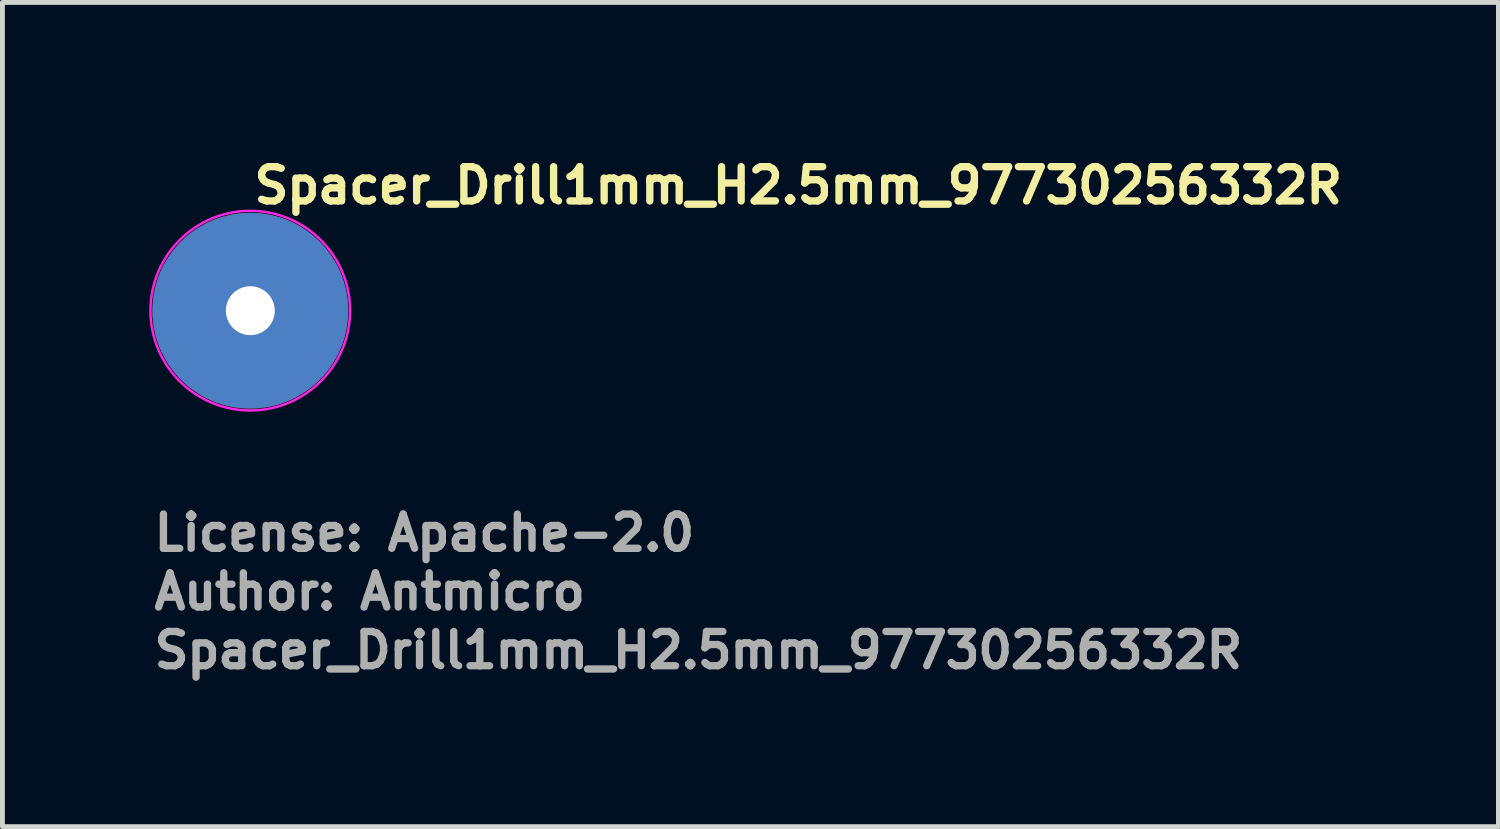
<source format=kicad_pcb>
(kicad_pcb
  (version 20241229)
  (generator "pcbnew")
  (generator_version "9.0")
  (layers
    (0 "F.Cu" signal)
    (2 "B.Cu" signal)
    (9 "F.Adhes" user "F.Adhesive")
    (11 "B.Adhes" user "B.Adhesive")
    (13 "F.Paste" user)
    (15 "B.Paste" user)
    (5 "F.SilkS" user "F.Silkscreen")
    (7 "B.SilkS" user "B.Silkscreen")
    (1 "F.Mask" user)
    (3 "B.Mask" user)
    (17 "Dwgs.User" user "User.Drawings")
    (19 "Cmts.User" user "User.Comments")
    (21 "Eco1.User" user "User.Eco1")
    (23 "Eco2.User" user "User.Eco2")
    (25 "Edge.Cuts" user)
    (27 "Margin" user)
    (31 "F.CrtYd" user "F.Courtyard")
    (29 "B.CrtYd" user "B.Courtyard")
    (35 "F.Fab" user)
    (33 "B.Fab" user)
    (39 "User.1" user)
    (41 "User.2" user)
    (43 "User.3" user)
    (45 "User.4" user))
  (footprint "Spacer_Drill1mm_H2.5mm_97730256332R"
    (layer "F.Cu")
    (at 2.065 3.299)
    (property "Reference" "Spacer_Drill1mm_H2.5mm_97730256332R" (at 0.001 -2.149 0) (layer "F.SilkS") (effects (font (size 0.7 0.7) (thickness 0.15)) (justify left bottom)))
    (attr smd)
    (fp_circle (center 0 0) (end 0 -2.04) (stroke (width 0.05) (type solid)) (fill no) (layer "F.CrtYd"))
    (fp_rect (start -1.65 -1.65) (end 1.648 1.648) (stroke (width 0.1) (type solid)) (fill no) (layer "User.5"))
    (fp_line (start -1.65 0.001) (end -1.65 0.001) (stroke (width 0.02) (type solid)) (layer "User.9"))
    (fp_line (start -1.65 0.001) (end -1.648 0.085) (stroke (width 0.02) (type solid)) (layer "User.9"))
    (fp_line (start -1.648 -0.084) (end -1.65 0.001) (stroke (width 0.02) (type solid)) (layer "User.9"))
    (fp_line (start -1.648 0.085) (end -1.642 0.169) (stroke (width 0.02) (type solid)) (layer "User.9"))
    (fp_line (start -1.642 -0.169) (end -1.648 -0.084) (stroke (width 0.02) (type solid)) (layer "User.9"))
    (fp_line (start -1.642 0.169) (end -1.63 0.251) (stroke (width 0.02) (type solid)) (layer "User.9"))
    (fp_line (start -1.63 -0.251) (end -1.642 -0.169) (stroke (width 0.02) (type solid)) (layer "User.9"))
    (fp_line (start -1.63 0.251) (end -1.616 0.333) (stroke (width 0.02) (type solid)) (layer "User.9"))
    (fp_line (start -1.616 -0.333) (end -1.63 -0.251) (stroke (width 0.02) (type solid)) (layer "User.9"))
    (fp_line (start -1.616 0.333) (end -1.598 0.412) (stroke (width 0.02) (type solid)) (layer "User.9"))
    (fp_line (start -1.598 -0.412) (end -1.616 -0.333) (stroke (width 0.02) (type solid)) (layer "User.9"))
    (fp_line (start -1.598 0.412) (end -1.576 0.49) (stroke (width 0.02) (type solid)) (layer "User.9"))
    (fp_line (start -1.576 -0.49) (end -1.598 -0.412) (stroke (width 0.02) (type solid)) (layer "User.9"))
    (fp_line (start -1.576 0.49) (end -1.55 0.567) (stroke (width 0.02) (type solid)) (layer "User.9"))
    (fp_line (start -1.55 -0.567) (end -1.576 -0.49) (stroke (width 0.02) (type solid)) (layer "User.9"))
    (fp_line (start -1.55 0.567) (end -1.521 0.643) (stroke (width 0.02) (type solid)) (layer "User.9"))
    (fp_line (start -1.521 -0.643) (end -1.55 -0.567) (stroke (width 0.02) (type solid)) (layer "User.9"))
    (fp_line (start -1.521 0.643) (end -1.487 0.715) (stroke (width 0.02) (type solid)) (layer "User.9"))
    (fp_line (start -1.487 -0.715) (end -1.521 -0.643) (stroke (width 0.02) (type solid)) (layer "User.9"))
    (fp_line (start -1.487 0.715) (end -1.451 0.787) (stroke (width 0.02) (type solid)) (layer "User.9"))
    (fp_line (start -1.451 -0.787) (end -1.487 -0.715) (stroke (width 0.02) (type solid)) (layer "User.9"))
    (fp_line (start -1.451 0.787) (end -1.411 0.855) (stroke (width 0.02) (type solid)) (layer "User.9"))
    (fp_line (start -1.411 -0.855) (end -1.451 -0.787) (stroke (width 0.02) (type solid)) (layer "User.9"))
    (fp_line (start -1.411 0.855) (end -1.368 0.923) (stroke (width 0.02) (type solid)) (layer "User.9"))
    (fp_line (start -1.368 -0.923) (end -1.411 -0.855) (stroke (width 0.02) (type solid)) (layer "User.9"))
    (fp_line (start -1.368 0.923) (end -1.322 0.987) (stroke (width 0.02) (type solid)) (layer "User.9"))
    (fp_line (start -1.322 -0.987) (end -1.368 -0.923) (stroke (width 0.02) (type solid)) (layer "User.9"))
    (fp_line (start -1.322 0.987) (end -1.273 1.049) (stroke (width 0.02) (type solid)) (layer "User.9"))
    (fp_line (start -1.273 -1.05) (end -1.322 -0.987) (stroke (width 0.02) (type solid)) (layer "User.9"))
    (fp_line (start -1.273 1.049) (end -1.221 1.109) (stroke (width 0.02) (type solid)) (layer "User.9"))
    (fp_line (start -1.221 -1.11) (end -1.273 -1.05) (stroke (width 0.02) (type solid)) (layer "User.9"))
    (fp_line (start -1.221 1.109) (end -1.167 1.166) (stroke (width 0.02) (type solid)) (layer "User.9"))
    (fp_line (start -1.167 -1.167) (end -1.221 -1.11) (stroke (width 0.02) (type solid)) (layer "User.9"))
    (fp_line (start -1.167 1.166) (end -1.11 1.222) (stroke (width 0.02) (type solid)) (layer "User.9"))
    (fp_line (start -1.11 -1.221) (end -1.167 -1.167) (stroke (width 0.02) (type solid)) (layer "User.9"))
    (fp_line (start -1.11 1.222) (end -1.05 1.273) (stroke (width 0.02) (type solid)) (layer "User.9"))
    (fp_line (start -1.05 -1.273) (end -1.11 -1.221) (stroke (width 0.02) (type solid)) (layer "User.9"))
    (fp_line (start -1.05 1.273) (end -0.987 1.323) (stroke (width 0.02) (type solid)) (layer "User.9"))
    (fp_line (start -0.987 -1.322) (end -1.05 -1.273) (stroke (width 0.02) (type solid)) (layer "User.9"))
    (fp_line (start -0.987 1.323) (end -0.923 1.369) (stroke (width 0.02) (type solid)) (layer "User.9"))
    (fp_line (start -0.923 -1.368) (end -0.987 -1.322) (stroke (width 0.02) (type solid)) (layer "User.9"))
    (fp_line (start -0.923 1.369) (end -0.855 1.412) (stroke (width 0.02) (type solid)) (layer "User.9"))
    (fp_line (start -0.855 -1.411) (end -0.923 -1.368) (stroke (width 0.02) (type solid)) (layer "User.9"))
    (fp_line (start -0.855 1.412) (end -0.787 1.45) (stroke (width 0.02) (type solid)) (layer "User.9"))
    (fp_line (start -0.811 0.001) (end -0.811 0.001) (stroke (width 0.02) (type solid)) (layer "User.9"))
    (fp_line (start -0.811 0.001) (end -0.81 0.042) (stroke (width 0.02) (type solid)) (layer "User.9"))
    (fp_line (start -0.81 -0.041) (end -0.811 0.001) (stroke (width 0.02) (type solid)) (layer "User.9"))
    (fp_line (start -0.81 0.042) (end -0.807 0.083) (stroke (width 0.02) (type solid)) (layer "User.9"))
    (fp_line (start -0.807 -0.083) (end -0.81 -0.041) (stroke (width 0.02) (type solid)) (layer "User.9"))
    (fp_line (start -0.807 0.083) (end -0.802 0.123) (stroke (width 0.02) (type solid)) (layer "User.9"))
    (fp_line (start -0.802 -0.123) (end -0.807 -0.083) (stroke (width 0.02) (type solid)) (layer "User.9"))
    (fp_line (start -0.802 0.123) (end -0.795 0.164) (stroke (width 0.02) (type solid)) (layer "User.9"))
    (fp_line (start -0.795 -0.164) (end -0.802 -0.123) (stroke (width 0.02) (type solid)) (layer "User.9"))
    (fp_line (start -0.795 0.164) (end -0.785 0.203) (stroke (width 0.02) (type solid)) (layer "User.9"))
    (fp_line (start -0.787 -1.451) (end -0.855 -1.411) (stroke (width 0.02) (type solid)) (layer "User.9"))
    (fp_line (start -0.787 1.45) (end -0.715 1.488) (stroke (width 0.02) (type solid)) (layer "User.9"))
    (fp_line (start -0.785 -0.202) (end -0.795 -0.164) (stroke (width 0.02) (type solid)) (layer "User.9"))
    (fp_line (start -0.785 0.203) (end -0.775 0.241) (stroke (width 0.02) (type solid)) (layer "User.9"))
    (fp_line (start -0.775 -0.241) (end -0.785 -0.202) (stroke (width 0.02) (type solid)) (layer "User.9"))
    (fp_line (start -0.775 0.241) (end -0.761 0.279) (stroke (width 0.02) (type solid)) (layer "User.9"))
    (fp_line (start -0.761 -0.279) (end -0.775 -0.241) (stroke (width 0.02) (type solid)) (layer "User.9"))
    (fp_line (start -0.761 0.279) (end -0.746 0.315) (stroke (width 0.02) (type solid)) (layer "User.9"))
    (fp_line (start -0.746 -0.315) (end -0.761 -0.279) (stroke (width 0.02) (type solid)) (layer "User.9"))
    (fp_line (start -0.746 0.315) (end -0.73 0.352) (stroke (width 0.02) (type solid)) (layer "User.9"))
    (fp_line (start -0.73 -0.35) (end -0.746 -0.315) (stroke (width 0.02) (type solid)) (layer "User.9"))
    (fp_line (start -0.73 0.352) (end -0.712 0.387) (stroke (width 0.02) (type solid)) (layer "User.9"))
    (fp_line (start -0.715 -1.487) (end -0.787 -1.451) (stroke (width 0.02) (type solid)) (layer "User.9"))
    (fp_line (start -0.715 1.488) (end -0.643 1.519) (stroke (width 0.02) (type solid)) (layer "User.9"))
    (fp_line (start -0.712 -0.387) (end -0.73 -0.35) (stroke (width 0.02) (type solid)) (layer "User.9"))
    (fp_line (start -0.712 0.387) (end -0.693 0.42) (stroke (width 0.02) (type solid)) (layer "User.9"))
    (fp_line (start -0.693 -0.42) (end -0.712 -0.387) (stroke (width 0.02) (type solid)) (layer "User.9"))
    (fp_line (start -0.693 0.42) (end -0.673 0.454) (stroke (width 0.02) (type solid)) (layer "User.9"))
    (fp_line (start -0.673 -0.454) (end -0.693 -0.42) (stroke (width 0.02) (type solid)) (layer "User.9"))
    (fp_line (start -0.673 0.454) (end -0.65 0.484) (stroke (width 0.02) (type solid)) (layer "User.9"))
    (fp_line (start -0.65 -0.484) (end -0.673 -0.454) (stroke (width 0.02) (type solid)) (layer "User.9"))
    (fp_line (start -0.65 0.484) (end -0.625 0.516) (stroke (width 0.02) (type solid)) (layer "User.9"))
    (fp_line (start -0.643 -1.521) (end -0.715 -1.487) (stroke (width 0.02) (type solid)) (layer "User.9"))
    (fp_line (start -0.643 1.519) (end -0.567 1.549) (stroke (width 0.02) (type solid)) (layer "User.9"))
    (fp_line (start -0.625 -0.516) (end -0.65 -0.484) (stroke (width 0.02) (type solid)) (layer "User.9"))
    (fp_line (start -0.625 0.516) (end -0.599 0.545) (stroke (width 0.02) (type solid)) (layer "User.9"))
    (fp_line (start -0.61 0.013) (end -0.607 0.058) (stroke (width 0.02) (type solid)) (layer "User.9"))
    (fp_line (start -0.609 -0.031) (end -0.61 0.013) (stroke (width 0.02) (type solid)) (layer "User.9"))
    (fp_line (start -0.607 0.058) (end -0.601 0.102) (stroke (width 0.02) (type solid)) (layer "User.9"))
    (fp_line (start -0.605 -0.075) (end -0.609 -0.031) (stroke (width 0.02) (type solid)) (layer "User.9"))
    (fp_line (start -0.601 0.102) (end -0.592 0.146) (stroke (width 0.02) (type solid)) (layer "User.9"))
    (fp_line (start -0.599 -0.545) (end -0.625 -0.516) (stroke (width 0.02) (type solid)) (layer "User.9"))
    (fp_line (start -0.599 0.545) (end -0.573 0.573) (stroke (width 0.02) (type solid)) (layer "User.9"))
    (fp_line (start -0.598 -0.118) (end -0.605 -0.075) (stroke (width 0.02) (type solid)) (layer "User.9"))
    (fp_line (start -0.592 0.146) (end -0.58 0.19) (stroke (width 0.02) (type solid)) (layer "User.9"))
    (fp_line (start -0.588 -0.163) (end -0.598 -0.118) (stroke (width 0.02) (type solid)) (layer "User.9"))
    (fp_line (start -0.58 0.19) (end -0.564 0.234) (stroke (width 0.02) (type solid)) (layer "User.9"))
    (fp_line (start -0.576 -0.204) (end -0.588 -0.163) (stroke (width 0.02) (type solid)) (layer "User.9"))
    (fp_line (start -0.573 -0.573) (end -0.599 -0.545) (stroke (width 0.02) (type solid)) (layer "User.9"))
    (fp_line (start -0.573 0.573) (end -0.545 0.599) (stroke (width 0.02) (type solid)) (layer "User.9"))
    (fp_line (start -0.567 -1.55) (end -0.643 -1.521) (stroke (width 0.02) (type solid)) (layer "User.9"))
    (fp_line (start -0.567 1.549) (end -0.49 1.575) (stroke (width 0.02) (type solid)) (layer "User.9"))
    (fp_line (start -0.564 0.234) (end -0.564 0.234) (stroke (width 0.02) (type solid)) (layer "User.9"))
    (fp_line (start -0.564 0.234) (end -0.555 0.254) (stroke (width 0.02) (type solid)) (layer "User.9"))
    (fp_line (start -0.559 -0.245) (end -0.576 -0.204) (stroke (width 0.02) (type solid)) (layer "User.9"))
    (fp_line (start -0.555 0.254) (end -0.545 0.276) (stroke (width 0.02) (type solid)) (layer "User.9"))
    (fp_line (start -0.545 -0.599) (end -0.573 -0.573) (stroke (width 0.02) (type solid)) (layer "User.9"))
    (fp_line (start -0.545 0.276) (end -0.535 0.295) (stroke (width 0.02) (type solid)) (layer "User.9"))
    (fp_line (start -0.545 0.599) (end -0.516 0.625) (stroke (width 0.02) (type solid)) (layer "User.9"))
    (fp_line (start -0.54 -0.286) (end -0.559 -0.245) (stroke (width 0.02) (type solid)) (layer "User.9"))
    (fp_line (start -0.535 0.295) (end -0.523 0.315) (stroke (width 0.02) (type solid)) (layer "User.9"))
    (fp_line (start -0.523 0.315) (end -0.51 0.335) (stroke (width 0.02) (type solid)) (layer "User.9"))
    (fp_line (start -0.517 -0.326) (end -0.54 -0.286) (stroke (width 0.02) (type solid)) (layer "User.9"))
    (fp_line (start -0.516 -0.625) (end -0.545 -0.599) (stroke (width 0.02) (type solid)) (layer "User.9"))
    (fp_line (start -0.516 0.625) (end -0.484 0.65) (stroke (width 0.02) (type solid)) (layer "User.9"))
    (fp_line (start -0.51 0.335) (end -0.498 0.353) (stroke (width 0.02) (type solid)) (layer "User.9"))
    (fp_line (start -0.498 0.353) (end -0.484 0.371) (stroke (width 0.02) (type solid)) (layer "User.9"))
    (fp_line (start -0.491 -0.362) (end -0.517 -0.326) (stroke (width 0.02) (type solid)) (layer "User.9"))
    (fp_line (start -0.49 -1.576) (end -0.567 -1.55) (stroke (width 0.02) (type solid)) (layer "User.9"))
    (fp_line (start -0.49 1.575) (end -0.412 1.599) (stroke (width 0.02) (type solid)) (layer "User.9"))
    (fp_line (start -0.484 -0.65) (end -0.516 -0.625) (stroke (width 0.02) (type solid)) (layer "User.9"))
    (fp_line (start -0.484 0.371) (end -0.47 0.389) (stroke (width 0.02) (type solid)) (layer "User.9"))
    (fp_line (start -0.484 0.65) (end -0.454 0.673) (stroke (width 0.02) (type solid)) (layer "User.9"))
    (fp_line (start -0.47 0.389) (end -0.457 0.406) (stroke (width 0.02) (type solid)) (layer "User.9"))
    (fp_line (start -0.463 -0.398) (end -0.491 -0.362) (stroke (width 0.02) (type solid)) (layer "User.9"))
    (fp_line (start -0.457 0.406) (end -0.441 0.422) (stroke (width 0.02) (type solid)) (layer "User.9"))
    (fp_line (start -0.454 -0.673) (end -0.484 -0.65) (stroke (width 0.02) (type solid)) (layer "User.9"))
    (fp_line (start -0.454 0.673) (end -0.42 0.693) (stroke (width 0.02) (type solid)) (layer "User.9"))
    (fp_line (start -0.441 0.422) (end -0.425 0.437) (stroke (width 0.02) (type solid)) (layer "User.9"))
    (fp_line (start -0.431 -0.431) (end -0.463 -0.398) (stroke (width 0.02) (type solid)) (layer "User.9"))
    (fp_line (start -0.431 -0.431) (end -0.431 -0.431) (stroke (width 0.02) (type solid)) (layer "User.9"))
    (fp_line (start -0.425 0.437) (end -0.409 0.454) (stroke (width 0.02) (type solid)) (layer "User.9"))
    (fp_line (start -0.42 -0.693) (end -0.454 -0.673) (stroke (width 0.02) (type solid)) (layer "User.9"))
    (fp_line (start -0.42 0.693) (end -0.387 0.712) (stroke (width 0.02) (type solid)) (layer "User.9"))
    (fp_line (start -0.412 -1.598) (end -0.49 -1.576) (stroke (width 0.02) (type solid)) (layer "User.9"))
    (fp_line (start -0.412 1.599) (end -0.333 1.617) (stroke (width 0.02) (type solid)) (layer "User.9"))
    (fp_line (start -0.409 0.454) (end -0.393 0.468) (stroke (width 0.02) (type solid)) (layer "User.9"))
    (fp_line (start -0.398 -0.463) (end -0.431 -0.431) (stroke (width 0.02) (type solid)) (layer "User.9"))
    (fp_line (start -0.393 0.468) (end -0.375 0.481) (stroke (width 0.02) (type solid)) (layer "User.9"))
    (fp_line (start -0.387 -0.712) (end -0.42 -0.693) (stroke (width 0.02) (type solid)) (layer "User.9"))
    (fp_line (start -0.387 0.712) (end -0.35 0.73) (stroke (width 0.02) (type solid)) (layer "User.9"))
    (fp_line (start -0.375 0.481) (end -0.357 0.494) (stroke (width 0.02) (type solid)) (layer "User.9"))
    (fp_line (start -0.362 -0.491) (end -0.398 -0.463) (stroke (width 0.02) (type solid)) (layer "User.9"))
    (fp_line (start -0.357 0.494) (end -0.34 0.507) (stroke (width 0.02) (type solid)) (layer "User.9"))
    (fp_line (start -0.35 -0.73) (end -0.387 -0.712) (stroke (width 0.02) (type solid)) (layer "User.9"))
    (fp_line (start -0.35 0.73) (end -0.315 0.746) (stroke (width 0.02) (type solid)) (layer "User.9"))
    (fp_line (start -0.34 0.507) (end -0.321 0.52) (stroke (width 0.02) (type solid)) (layer "User.9"))
    (fp_line (start -0.333 -1.616) (end -0.412 -1.598) (stroke (width 0.02) (type solid)) (layer "User.9"))
    (fp_line (start -0.333 1.617) (end -0.251 1.63) (stroke (width 0.02) (type solid)) (layer "User.9"))
    (fp_line (start -0.326 -0.517) (end -0.362 -0.491) (stroke (width 0.02) (type solid)) (layer "User.9"))
    (fp_line (start -0.321 0.52) (end -0.301 0.531) (stroke (width 0.02) (type solid)) (layer "User.9"))
    (fp_line (start -0.315 -0.746) (end -0.35 -0.73) (stroke (width 0.02) (type solid)) (layer "User.9"))
    (fp_line (start -0.315 0.746) (end -0.279 0.761) (stroke (width 0.02) (type solid)) (layer "User.9"))
    (fp_line (start -0.301 0.531) (end -0.281 0.542) (stroke (width 0.02) (type solid)) (layer "User.9"))
    (fp_line (start -0.286 -0.54) (end -0.326 -0.517) (stroke (width 0.02) (type solid)) (layer "User.9"))
    (fp_line (start -0.281 0.542) (end -0.263 0.552) (stroke (width 0.02) (type solid)) (layer "User.9"))
    (fp_line (start -0.279 -0.761) (end -0.315 -0.746) (stroke (width 0.02) (type solid)) (layer "User.9"))
    (fp_line (start -0.279 0.761) (end -0.241 0.775) (stroke (width 0.02) (type solid)) (layer "User.9"))
    (fp_line (start -0.263 0.552) (end -0.241 0.561) (stroke (width 0.02) (type solid)) (layer "User.9"))
    (fp_line (start -0.251 -1.63) (end -0.333 -1.616) (stroke (width 0.02) (type solid)) (layer "User.9"))
    (fp_line (start -0.251 1.63) (end -0.169 1.64) (stroke (width 0.02) (type solid)) (layer "User.9"))
    (fp_line (start -0.245 -0.559) (end -0.286 -0.54) (stroke (width 0.02) (type solid)) (layer "User.9"))
    (fp_line (start -0.241 -0.775) (end -0.279 -0.761) (stroke (width 0.02) (type solid)) (layer "User.9"))
    (fp_line (start -0.241 0.561) (end -0.221 0.569) (stroke (width 0.02) (type solid)) (layer "User.9"))
    (fp_line (start -0.241 0.775) (end -0.202 0.785) (stroke (width 0.02) (type solid)) (layer "User.9"))
    (fp_line (start -0.221 0.569) (end -0.201 0.577) (stroke (width 0.02) (type solid)) (layer "User.9"))
    (fp_line (start -0.204 -0.576) (end -0.245 -0.559) (stroke (width 0.02) (type solid)) (layer "User.9"))
    (fp_line (start -0.202 -0.785) (end -0.241 -0.775) (stroke (width 0.02) (type solid)) (layer "User.9"))
    (fp_line (start -0.202 0.785) (end -0.164 0.795) (stroke (width 0.02) (type solid)) (layer "User.9"))
    (fp_line (start -0.201 0.577) (end -0.179 0.583) (stroke (width 0.02) (type solid)) (layer "User.9"))
    (fp_line (start -0.179 0.583) (end -0.157 0.589) (stroke (width 0.02) (type solid)) (layer "User.9"))
    (fp_line (start -0.169 -1.642) (end -0.251 -1.63) (stroke (width 0.02) (type solid)) (layer "User.9"))
    (fp_line (start -0.169 1.64) (end -0.084 1.646) (stroke (width 0.02) (type solid)) (layer "User.9"))
    (fp_line (start -0.164 -0.795) (end -0.202 -0.785) (stroke (width 0.02) (type solid)) (layer "User.9"))
    (fp_line (start -0.164 0.795) (end -0.123 0.802) (stroke (width 0.02) (type solid)) (layer "User.9"))
    (fp_line (start -0.163 -0.588) (end -0.204 -0.576) (stroke (width 0.02) (type solid)) (layer "User.9"))
    (fp_line (start -0.157 0.589) (end -0.136 0.595) (stroke (width 0.02) (type solid)) (layer "User.9"))
    (fp_line (start -0.136 0.595) (end -0.114 0.599) (stroke (width 0.02) (type solid)) (layer "User.9"))
    (fp_line (start -0.123 -0.802) (end -0.164 -0.795) (stroke (width 0.02) (type solid)) (layer "User.9"))
    (fp_line (start -0.123 0.802) (end -0.083 0.807) (stroke (width 0.02) (type solid)) (layer "User.9"))
    (fp_line (start -0.118 -0.598) (end -0.163 -0.588) (stroke (width 0.02) (type solid)) (layer "User.9"))
    (fp_line (start -0.114 0.599) (end -0.091 0.603) (stroke (width 0.02) (type solid)) (layer "User.9"))
    (fp_line (start -0.091 0.603) (end -0.069 0.606) (stroke (width 0.02) (type solid)) (layer "User.9"))
    (fp_line (start -0.084 -1.648) (end -0.169 -1.642) (stroke (width 0.02) (type solid)) (layer "User.9"))
    (fp_line (start -0.084 1.646) (end 0.001 1.648) (stroke (width 0.02) (type solid)) (layer "User.9"))
    (fp_line (start -0.083 -0.807) (end -0.123 -0.802) (stroke (width 0.02) (type solid)) (layer "User.9"))
    (fp_line (start -0.083 0.807) (end -0.041 0.81) (stroke (width 0.02) (type solid)) (layer "User.9"))
    (fp_line (start -0.075 -0.605) (end -0.118 -0.598) (stroke (width 0.02) (type solid)) (layer "User.9"))
    (fp_line (start -0.069 0.606) (end -0.045 0.608) (stroke (width 0.02) (type solid)) (layer "User.9"))
    (fp_line (start -0.045 0.608) (end -0.023 0.61) (stroke (width 0.02) (type solid)) (layer "User.9"))
    (fp_line (start -0.041 -0.81) (end -0.083 -0.807) (stroke (width 0.02) (type solid)) (layer "User.9"))
    (fp_line (start -0.041 0.81) (end 0.001 0.811) (stroke (width 0.02) (type solid)) (layer "User.9"))
    (fp_line (start -0.031 -0.609) (end -0.075 -0.605) (stroke (width 0.02) (type solid)) (layer "User.9"))
    (fp_line (start -0.023 0.61) (end 0.001 0.61) (stroke (width 0.02) (type solid)) (layer "User.9"))
    (fp_line (start 0.001 -1.65) (end -0.084 -1.648) (stroke (width 0.02) (type solid)) (layer "User.9"))
    (fp_line (start 0.001 -1.65) (end 0.001 -1.65) (stroke (width 0.02) (type solid)) (layer "User.9"))
    (fp_line (start 0.001 -0.811) (end -0.041 -0.81) (stroke (width 0.02) (type solid)) (layer "User.9"))
    (fp_line (start 0.001 -0.811) (end 0.001 -0.811) (stroke (width 0.02) (type solid)) (layer "User.9"))
    (fp_line (start 0.001 0.61) (end 0.03 0.609) (stroke (width 0.02) (type solid)) (layer "User.9"))
    (fp_line (start 0.001 0.811) (end 0.001 0.811) (stroke (width 0.02) (type solid)) (layer "User.9"))
    (fp_line (start 0.001 0.811) (end 0.042 0.81) (stroke (width 0.02) (type solid)) (layer "User.9"))
    (fp_line (start 0.001 1.648) (end 0.001 1.648) (stroke (width 0.02) (type solid)) (layer "User.9"))
    (fp_line (start 0.001 1.648) (end 0.085 1.646) (stroke (width 0.02) (type solid)) (layer "User.9"))
    (fp_line (start 0.013 -0.61) (end -0.031 -0.609) (stroke (width 0.02) (type solid)) (layer "User.9"))
    (fp_line (start 0.03 0.609) (end 0.06 0.607) (stroke (width 0.02) (type solid)) (layer "User.9"))
    (fp_line (start 0.042 -0.81) (end 0.001 -0.811) (stroke (width 0.02) (type solid)) (layer "User.9"))
    (fp_line (start 0.042 0.81) (end 0.083 0.807) (stroke (width 0.02) (type solid)) (layer "User.9"))
    (fp_line (start 0.058 -0.607) (end 0.013 -0.61) (stroke (width 0.02) (type solid)) (layer "User.9"))
    (fp_line (start 0.06 0.607) (end 0.09 0.603) (stroke (width 0.02) (type solid)) (layer "User.9"))
    (fp_line (start 0.083 -0.807) (end 0.042 -0.81) (stroke (width 0.02) (type solid)) (layer "User.9"))
    (fp_line (start 0.083 0.807) (end 0.123 0.802) (stroke (width 0.02) (type solid)) (layer "User.9"))
    (fp_line (start 0.085 -1.648) (end 0.001 -1.65) (stroke (width 0.02) (type solid)) (layer "User.9"))
    (fp_line (start 0.085 1.646) (end 0.169 1.64) (stroke (width 0.02) (type solid)) (layer "User.9"))
    (fp_line (start 0.09 0.603) (end 0.12 0.598) (stroke (width 0.02) (type solid)) (layer "User.9"))
    (fp_line (start 0.102 -0.601) (end 0.058 -0.607) (stroke (width 0.02) (type solid)) (layer "User.9"))
    (fp_line (start 0.12 0.598) (end 0.148 0.592) (stroke (width 0.02) (type solid)) (layer "User.9"))
    (fp_line (start 0.123 -0.802) (end 0.083 -0.807) (stroke (width 0.02) (type solid)) (layer "User.9"))
    (fp_line (start 0.123 0.802) (end 0.164 0.795) (stroke (width 0.02) (type solid)) (layer "User.9"))
    (fp_line (start 0.146 -0.592) (end 0.102 -0.601) (stroke (width 0.02) (type solid)) (layer "User.9"))
    (fp_line (start 0.148 0.592) (end 0.177 0.584) (stroke (width 0.02) (type solid)) (layer "User.9"))
    (fp_line (start 0.164 -0.795) (end 0.123 -0.802) (stroke (width 0.02) (type solid)) (layer "User.9"))
    (fp_line (start 0.164 0.795) (end 0.203 0.785) (stroke (width 0.02) (type solid)) (layer "User.9"))
    (fp_line (start 0.169 -1.642) (end 0.085 -1.648) (stroke (width 0.02) (type solid)) (layer "User.9"))
    (fp_line (start 0.169 1.64) (end 0.251 1.63) (stroke (width 0.02) (type solid)) (layer "User.9"))
    (fp_line (start 0.177 0.584) (end 0.205 0.575) (stroke (width 0.02) (type solid)) (layer "User.9"))
    (fp_line (start 0.19 -0.58) (end 0.146 -0.592) (stroke (width 0.02) (type solid)) (layer "User.9"))
    (fp_line (start 0.203 -0.785) (end 0.164 -0.795) (stroke (width 0.02) (type solid)) (layer "User.9"))
    (fp_line (start 0.203 0.785) (end 0.241 0.775) (stroke (width 0.02) (type solid)) (layer "User.9"))
    (fp_line (start 0.205 0.575) (end 0.234 0.564) (stroke (width 0.02) (type solid)) (layer "User.9"))
    (fp_line (start 0.234 -0.564) (end 0.19 -0.58) (stroke (width 0.02) (type solid)) (layer "User.9"))
    (fp_line (start 0.234 -0.564) (end 0.234 -0.564) (stroke (width 0.02) (type solid)) (layer "User.9"))
    (fp_line (start 0.234 0.564) (end 0.261 0.552) (stroke (width 0.02) (type solid)) (layer "User.9"))
    (fp_line (start 0.241 -0.775) (end 0.203 -0.785) (stroke (width 0.02) (type solid)) (layer "User.9"))
    (fp_line (start 0.241 0.775) (end 0.279 0.761) (stroke (width 0.02) (type solid)) (layer "User.9"))
    (fp_line (start 0.251 -1.63) (end 0.169 -1.642) (stroke (width 0.02) (type solid)) (layer "User.9"))
    (fp_line (start 0.251 1.63) (end 0.333 1.617) (stroke (width 0.02) (type solid)) (layer "User.9"))
    (fp_line (start 0.261 0.552) (end 0.288 0.539) (stroke (width 0.02) (type solid)) (layer "User.9"))
    (fp_line (start 0.276 -0.545) (end 0.234 -0.564) (stroke (width 0.02) (type solid)) (layer "User.9"))
    (fp_line (start 0.279 -0.761) (end 0.241 -0.775) (stroke (width 0.02) (type solid)) (layer "User.9"))
    (fp_line (start 0.279 0.761) (end 0.315 0.746) (stroke (width 0.02) (type solid)) (layer "User.9"))
    (fp_line (start 0.288 0.539) (end 0.313 0.524) (stroke (width 0.02) (type solid)) (layer "User.9"))
    (fp_line (start 0.313 0.524) (end 0.339 0.507) (stroke (width 0.02) (type solid)) (layer "User.9"))
    (fp_line (start 0.315 -0.746) (end 0.279 -0.761) (stroke (width 0.02) (type solid)) (layer "User.9"))
    (fp_line (start 0.315 -0.523) (end 0.276 -0.545) (stroke (width 0.02) (type solid)) (layer "User.9"))
    (fp_line (start 0.315 0.746) (end 0.352 0.73) (stroke (width 0.02) (type solid)) (layer "User.9"))
    (fp_line (start 0.333 -1.616) (end 0.251 -1.63) (stroke (width 0.02) (type solid)) (layer "User.9"))
    (fp_line (start 0.333 1.617) (end 0.412 1.599) (stroke (width 0.02) (type solid)) (layer "User.9"))
    (fp_line (start 0.339 0.507) (end 0.363 0.49) (stroke (width 0.02) (type solid)) (layer "User.9"))
    (fp_line (start 0.352 -0.73) (end 0.315 -0.746) (stroke (width 0.02) (type solid)) (layer "User.9"))
    (fp_line (start 0.352 0.73) (end 0.387 0.712) (stroke (width 0.02) (type solid)) (layer "User.9"))
    (fp_line (start 0.353 -0.498) (end 0.315 -0.523) (stroke (width 0.02) (type solid)) (layer "User.9"))
    (fp_line (start 0.363 0.49) (end 0.387 0.472) (stroke (width 0.02) (type solid)) (layer "User.9"))
    (fp_line (start 0.387 -0.712) (end 0.352 -0.73) (stroke (width 0.02) (type solid)) (layer "User.9"))
    (fp_line (start 0.387 0.472) (end 0.409 0.453) (stroke (width 0.02) (type solid)) (layer "User.9"))
    (fp_line (start 0.387 0.712) (end 0.42 0.693) (stroke (width 0.02) (type solid)) (layer "User.9"))
    (fp_line (start 0.389 -0.47) (end 0.353 -0.498) (stroke (width 0.02) (type solid)) (layer "User.9"))
    (fp_line (start 0.409 0.453) (end 0.431 0.431) (stroke (width 0.02) (type solid)) (layer "User.9"))
    (fp_line (start 0.412 -1.598) (end 0.333 -1.616) (stroke (width 0.02) (type solid)) (layer "User.9"))
    (fp_line (start 0.412 1.599) (end 0.49 1.575) (stroke (width 0.02) (type solid)) (layer "User.9"))
    (fp_line (start 0.42 -0.693) (end 0.387 -0.712) (stroke (width 0.02) (type solid)) (layer "User.9"))
    (fp_line (start 0.42 0.693) (end 0.454 0.673) (stroke (width 0.02) (type solid)) (layer "User.9"))
    (fp_line (start 0.422 -0.441) (end 0.389 -0.47) (stroke (width 0.02) (type solid)) (layer "User.9"))
    (fp_line (start 0.431 0.431) (end 0.431 0.431) (stroke (width 0.02) (type solid)) (layer "User.9"))
    (fp_line (start 0.431 0.431) (end 0.453 0.409) (stroke (width 0.02) (type solid)) (layer "User.9"))
    (fp_line (start 0.453 0.409) (end 0.472 0.387) (stroke (width 0.02) (type solid)) (layer "User.9"))
    (fp_line (start 0.454 -0.673) (end 0.42 -0.693) (stroke (width 0.02) (type solid)) (layer "User.9"))
    (fp_line (start 0.454 -0.409) (end 0.422 -0.441) (stroke (width 0.02) (type solid)) (layer "User.9"))
    (fp_line (start 0.454 0.673) (end 0.484 0.65) (stroke (width 0.02) (type solid)) (layer "User.9"))
    (fp_line (start 0.472 0.387) (end 0.49 0.363) (stroke (width 0.02) (type solid)) (layer "User.9"))
    (fp_line (start 0.481 -0.375) (end 0.454 -0.409) (stroke (width 0.02) (type solid)) (layer "User.9"))
    (fp_line (start 0.484 -0.65) (end 0.454 -0.673) (stroke (width 0.02) (type solid)) (layer "User.9"))
    (fp_line (start 0.484 0.65) (end 0.516 0.625) (stroke (width 0.02) (type solid)) (layer "User.9"))
    (fp_line (start 0.49 -1.576) (end 0.412 -1.598) (stroke (width 0.02) (type solid)) (layer "User.9"))
    (fp_line (start 0.49 0.363) (end 0.507 0.339) (stroke (width 0.02) (type solid)) (layer "User.9"))
    (fp_line (start 0.49 1.575) (end 0.567 1.549) (stroke (width 0.02) (type solid)) (layer "User.9"))
    (fp_line (start 0.507 -0.34) (end 0.481 -0.375) (stroke (width 0.02) (type solid)) (layer "User.9"))
    (fp_line (start 0.507 0.339) (end 0.524 0.313) (stroke (width 0.02) (type solid)) (layer "User.9"))
    (fp_line (start 0.516 -0.625) (end 0.484 -0.65) (stroke (width 0.02) (type solid)) (layer "User.9"))
    (fp_line (start 0.516 0.625) (end 0.545 0.599) (stroke (width 0.02) (type solid)) (layer "User.9"))
    (fp_line (start 0.524 0.313) (end 0.539 0.288) (stroke (width 0.02) (type solid)) (layer "User.9"))
    (fp_line (start 0.531 -0.301) (end 0.507 -0.34) (stroke (width 0.02) (type solid)) (layer "User.9"))
    (fp_line (start 0.539 0.288) (end 0.552 0.261) (stroke (width 0.02) (type solid)) (layer "User.9"))
    (fp_line (start 0.545 -0.599) (end 0.516 -0.625) (stroke (width 0.02) (type solid)) (layer "User.9"))
    (fp_line (start 0.545 0.599) (end 0.573 0.573) (stroke (width 0.02) (type solid)) (layer "User.9"))
    (fp_line (start 0.552 -0.263) (end 0.531 -0.301) (stroke (width 0.02) (type solid)) (layer "User.9"))
    (fp_line (start 0.552 0.261) (end 0.564 0.234) (stroke (width 0.02) (type solid)) (layer "User.9"))
    (fp_line (start 0.564 0.234) (end 0.575 0.205) (stroke (width 0.02) (type solid)) (layer "User.9"))
    (fp_line (start 0.567 -1.55) (end 0.49 -1.576) (stroke (width 0.02) (type solid)) (layer "User.9"))
    (fp_line (start 0.567 1.549) (end 0.643 1.519) (stroke (width 0.02) (type solid)) (layer "User.9"))
    (fp_line (start 0.569 -0.221) (end 0.552 -0.263) (stroke (width 0.02) (type solid)) (layer "User.9"))
    (fp_line (start 0.573 -0.573) (end 0.545 -0.599) (stroke (width 0.02) (type solid)) (layer "User.9"))
    (fp_line (start 0.573 0.573) (end 0.599 0.545) (stroke (width 0.02) (type solid)) (layer "User.9"))
    (fp_line (start 0.575 0.205) (end 0.584 0.177) (stroke (width 0.02) (type solid)) (layer "User.9"))
    (fp_line (start 0.583 -0.179) (end 0.569 -0.221) (stroke (width 0.02) (type solid)) (layer "User.9"))
    (fp_line (start 0.584 0.177) (end 0.592 0.148) (stroke (width 0.02) (type solid)) (layer "User.9"))
    (fp_line (start 0.592 0.148) (end 0.598 0.12) (stroke (width 0.02) (type solid)) (layer "User.9"))
    (fp_line (start 0.595 -0.136) (end 0.583 -0.179) (stroke (width 0.02) (type solid)) (layer "User.9"))
    (fp_line (start 0.598 0.12) (end 0.603 0.09) (stroke (width 0.02) (type solid)) (layer "User.9"))
    (fp_line (start 0.599 -0.545) (end 0.573 -0.573) (stroke (width 0.02) (type solid)) (layer "User.9"))
    (fp_line (start 0.599 0.545) (end 0.625 0.516) (stroke (width 0.02) (type solid)) (layer "User.9"))
    (fp_line (start 0.603 -0.091) (end 0.595 -0.136) (stroke (width 0.02) (type solid)) (layer "User.9"))
    (fp_line (start 0.603 0.09) (end 0.607 0.06) (stroke (width 0.02) (type solid)) (layer "User.9"))
    (fp_line (start 0.607 0.06) (end 0.609 0.03) (stroke (width 0.02) (type solid)) (layer "User.9"))
    (fp_line (start 0.608 -0.045) (end 0.603 -0.091) (stroke (width 0.02) (type solid)) (layer "User.9"))
    (fp_line (start 0.609 0.03) (end 0.61 0.001) (stroke (width 0.02) (type solid)) (layer "User.9"))
    (fp_line (start 0.61 0.001) (end 0.608 -0.045) (stroke (width 0.02) (type solid)) (layer "User.9"))
    (fp_line (start 0.625 -0.516) (end 0.599 -0.545) (stroke (width 0.02) (type solid)) (layer "User.9"))
    (fp_line (start 0.625 0.516) (end 0.65 0.484) (stroke (width 0.02) (type solid)) (layer "User.9"))
    (fp_line (start 0.643 -1.521) (end 0.567 -1.55) (stroke (width 0.02) (type solid)) (layer "User.9"))
    (fp_line (start 0.643 1.519) (end 0.715 1.488) (stroke (width 0.02) (type solid)) (layer "User.9"))
    (fp_line (start 0.65 -0.484) (end 0.625 -0.516) (stroke (width 0.02) (type solid)) (layer "User.9"))
    (fp_line (start 0.65 0.484) (end 0.673 0.454) (stroke (width 0.02) (type solid)) (layer "User.9"))
    (fp_line (start 0.673 -0.454) (end 0.65 -0.484) (stroke (width 0.02) (type solid)) (layer "User.9"))
    (fp_line (start 0.673 0.454) (end 0.693 0.42) (stroke (width 0.02) (type solid)) (layer "User.9"))
    (fp_line (start 0.693 -0.42) (end 0.673 -0.454) (stroke (width 0.02) (type solid)) (layer "User.9"))
    (fp_line (start 0.693 0.42) (end 0.712 0.387) (stroke (width 0.02) (type solid)) (layer "User.9"))
    (fp_line (start 0.712 -0.387) (end 0.693 -0.42) (stroke (width 0.02) (type solid)) (layer "User.9"))
    (fp_line (start 0.712 0.387) (end 0.73 0.352) (stroke (width 0.02) (type solid)) (layer "User.9"))
    (fp_line (start 0.715 -1.487) (end 0.643 -1.521) (stroke (width 0.02) (type solid)) (layer "User.9"))
    (fp_line (start 0.715 1.488) (end 0.787 1.45) (stroke (width 0.02) (type solid)) (layer "User.9"))
    (fp_line (start 0.73 -0.35) (end 0.712 -0.387) (stroke (width 0.02) (type solid)) (layer "User.9"))
    (fp_line (start 0.73 0.352) (end 0.746 0.315) (stroke (width 0.02) (type solid)) (layer "User.9"))
    (fp_line (start 0.746 -0.315) (end 0.73 -0.35) (stroke (width 0.02) (type solid)) (layer "User.9"))
    (fp_line (start 0.746 0.315) (end 0.761 0.279) (stroke (width 0.02) (type solid)) (layer "User.9"))
    (fp_line (start 0.761 -0.279) (end 0.746 -0.315) (stroke (width 0.02) (type solid)) (layer "User.9"))
    (fp_line (start 0.761 0.279) (end 0.775 0.241) (stroke (width 0.02) (type solid)) (layer "User.9"))
    (fp_line (start 0.775 -0.241) (end 0.761 -0.279) (stroke (width 0.02) (type solid)) (layer "User.9"))
    (fp_line (start 0.775 0.241) (end 0.785 0.203) (stroke (width 0.02) (type solid)) (layer "User.9"))
    (fp_line (start 0.785 -0.202) (end 0.775 -0.241) (stroke (width 0.02) (type solid)) (layer "User.9"))
    (fp_line (start 0.785 0.203) (end 0.795 0.164) (stroke (width 0.02) (type solid)) (layer "User.9"))
    (fp_line (start 0.787 -1.451) (end 0.715 -1.487) (stroke (width 0.02) (type solid)) (layer "User.9"))
    (fp_line (start 0.787 1.45) (end 0.855 1.412) (stroke (width 0.02) (type solid)) (layer "User.9"))
    (fp_line (start 0.795 -0.164) (end 0.785 -0.202) (stroke (width 0.02) (type solid)) (layer "User.9"))
    (fp_line (start 0.795 0.164) (end 0.802 0.123) (stroke (width 0.02) (type solid)) (layer "User.9"))
    (fp_line (start 0.802 -0.123) (end 0.795 -0.164) (stroke (width 0.02) (type solid)) (layer "User.9"))
    (fp_line (start 0.802 0.123) (end 0.807 0.083) (stroke (width 0.02) (type solid)) (layer "User.9"))
    (fp_line (start 0.807 -0.083) (end 0.802 -0.123) (stroke (width 0.02) (type solid)) (layer "User.9"))
    (fp_line (start 0.807 0.083) (end 0.81 0.042) (stroke (width 0.02) (type solid)) (layer "User.9"))
    (fp_line (start 0.81 -0.041) (end 0.807 -0.083) (stroke (width 0.02) (type solid)) (layer "User.9"))
    (fp_line (start 0.81 0.042) (end 0.811 0.001) (stroke (width 0.02) (type solid)) (layer "User.9"))
    (fp_line (start 0.811 0.001) (end 0.81 -0.041) (stroke (width 0.02) (type solid)) (layer "User.9"))
    (fp_line (start 0.811 0.001) (end 0.811 0.001) (stroke (width 0.02) (type solid)) (layer "User.9"))
    (fp_line (start 0.811 0.001) (end 0.811 0.001) (stroke (width 0.02) (type solid)) (layer "User.9"))
    (fp_line (start 0.855 -1.411) (end 0.787 -1.451) (stroke (width 0.02) (type solid)) (layer "User.9"))
    (fp_line (start 0.855 1.412) (end 0.923 1.369) (stroke (width 0.02) (type solid)) (layer "User.9"))
    (fp_line (start 0.923 -1.368) (end 0.855 -1.411) (stroke (width 0.02) (type solid)) (layer "User.9"))
    (fp_line (start 0.923 1.369) (end 0.987 1.323) (stroke (width 0.02) (type solid)) (layer "User.9"))
    (fp_line (start 0.987 -1.322) (end 0.923 -1.368) (stroke (width 0.02) (type solid)) (layer "User.9"))
    (fp_line (start 0.987 1.323) (end 1.049 1.273) (stroke (width 0.02) (type solid)) (layer "User.9"))
    (fp_line (start 1.049 -1.273) (end 0.987 -1.322) (stroke (width 0.02) (type solid)) (layer "User.9"))
    (fp_line (start 1.049 1.273) (end 1.109 1.222) (stroke (width 0.02) (type solid)) (layer "User.9"))
    (fp_line (start 1.109 -1.221) (end 1.049 -1.273) (stroke (width 0.02) (type solid)) (layer "User.9"))
    (fp_line (start 1.109 1.222) (end 1.166 1.166) (stroke (width 0.02) (type solid)) (layer "User.9"))
    (fp_line (start 1.166 -1.167) (end 1.109 -1.221) (stroke (width 0.02) (type solid)) (layer "User.9"))
    (fp_line (start 1.166 1.166) (end 1.222 1.109) (stroke (width 0.02) (type solid)) (layer "User.9"))
    (fp_line (start 1.222 -1.11) (end 1.166 -1.167) (stroke (width 0.02) (type solid)) (layer "User.9"))
    (fp_line (start 1.222 1.109) (end 1.273 1.049) (stroke (width 0.02) (type solid)) (layer "User.9"))
    (fp_line (start 1.273 -1.05) (end 1.222 -1.11) (stroke (width 0.02) (type solid)) (layer "User.9"))
    (fp_line (start 1.273 1.049) (end 1.323 0.987) (stroke (width 0.02) (type solid)) (layer "User.9"))
    (fp_line (start 1.323 -0.987) (end 1.273 -1.05) (stroke (width 0.02) (type solid)) (layer "User.9"))
    (fp_line (start 1.323 0.987) (end 1.369 0.923) (stroke (width 0.02) (type solid)) (layer "User.9"))
    (fp_line (start 1.369 -0.923) (end 1.323 -0.987) (stroke (width 0.02) (type solid)) (layer "User.9"))
    (fp_line (start 1.369 0.923) (end 1.412 0.855) (stroke (width 0.02) (type solid)) (layer "User.9"))
    (fp_line (start 1.412 -0.855) (end 1.369 -0.923) (stroke (width 0.02) (type solid)) (layer "User.9"))
    (fp_line (start 1.412 0.855) (end 1.45 0.787) (stroke (width 0.02) (type solid)) (layer "User.9"))
    (fp_line (start 1.45 -0.787) (end 1.412 -0.855) (stroke (width 0.02) (type solid)) (layer "User.9"))
    (fp_line (start 1.45 0.787) (end 1.488 0.715) (stroke (width 0.02) (type solid)) (layer "User.9"))
    (fp_line (start 1.488 -0.715) (end 1.45 -0.787) (stroke (width 0.02) (type solid)) (layer "User.9"))
    (fp_line (start 1.488 0.715) (end 1.519 0.643) (stroke (width 0.02) (type solid)) (layer "User.9"))
    (fp_line (start 1.519 -0.643) (end 1.488 -0.715) (stroke (width 0.02) (type solid)) (layer "User.9"))
    (fp_line (start 1.519 0.643) (end 1.549 0.567) (stroke (width 0.02) (type solid)) (layer "User.9"))
    (fp_line (start 1.549 -0.567) (end 1.519 -0.643) (stroke (width 0.02) (type solid)) (layer "User.9"))
    (fp_line (start 1.549 0.567) (end 1.575 0.49) (stroke (width 0.02) (type solid)) (layer "User.9"))
    (fp_line (start 1.575 -0.49) (end 1.549 -0.567) (stroke (width 0.02) (type solid)) (layer "User.9"))
    (fp_line (start 1.575 0.49) (end 1.599 0.412) (stroke (width 0.02) (type solid)) (layer "User.9"))
    (fp_line (start 1.599 -0.412) (end 1.575 -0.49) (stroke (width 0.02) (type solid)) (layer "User.9"))
    (fp_line (start 1.599 0.412) (end 1.617 0.333) (stroke (width 0.02) (type solid)) (layer "User.9"))
    (fp_line (start 1.617 -0.333) (end 1.599 -0.412) (stroke (width 0.02) (type solid)) (layer "User.9"))
    (fp_line (start 1.617 0.333) (end 1.63 0.251) (stroke (width 0.02) (type solid)) (layer "User.9"))
    (fp_line (start 1.63 -0.251) (end 1.617 -0.333) (stroke (width 0.02) (type solid)) (layer "User.9"))
    (fp_line (start 1.63 0.251) (end 1.64 0.169) (stroke (width 0.02) (type solid)) (layer "User.9"))
    (fp_line (start 1.64 -0.169) (end 1.63 -0.251) (stroke (width 0.02) (type solid)) (layer "User.9"))
    (fp_line (start 1.64 0.169) (end 1.646 0.085) (stroke (width 0.02) (type solid)) (layer "User.9"))
    (fp_line (start 1.646 -0.084) (end 1.64 -0.169) (stroke (width 0.02) (type solid)) (layer "User.9"))
    (fp_line (start 1.646 0.085) (end 1.648 0.001) (stroke (width 0.02) (type solid)) (layer "User.9"))
    (fp_line (start 1.648 0.001) (end 1.646 -0.084) (stroke (width 0.02) (type solid)) (layer "User.9"))
    (fp_line (start 1.648 0.001) (end 1.648 0.001) (stroke (width 0.02) (type solid)) (layer "User.9"))
    (fp_line (start 1.648 0.001) (end 1.648 0.001) (stroke (width 0.02) (type solid)) (layer "User.9"))
    (fp_text user "License: Apache-2.0" (at -2.04 4.951 0) (layer "F.Fab") (effects (font (size 0.7 0.7) (thickness 0.15)) (justify left bottom)))
    (fp_text user "${REFERENCE}" (at -2.04 7.351 0) (layer "F.Fab") (effects (font (size 0.7 0.7) (thickness 0.15)) (justify left bottom)))
    (fp_text user "Author: Antmicro" (at -2.04 6.151 0) (layer "F.Fab") (effects (font (size 0.7 0.7) (thickness 0.15)) (justify left bottom)))
    (pad "1" thru_hole circle (at 0.001 0.001) (size 4 4) (drill 1) (layers "*.Cu" "*.Mask" "F.Paste")))
  (gr_rect
    (start -3 -3)
    (end 27.576 13.845)
    (stroke (width 0.1) (type default))
    (fill no)
    (layer "Edge.Cuts")))
</source>
